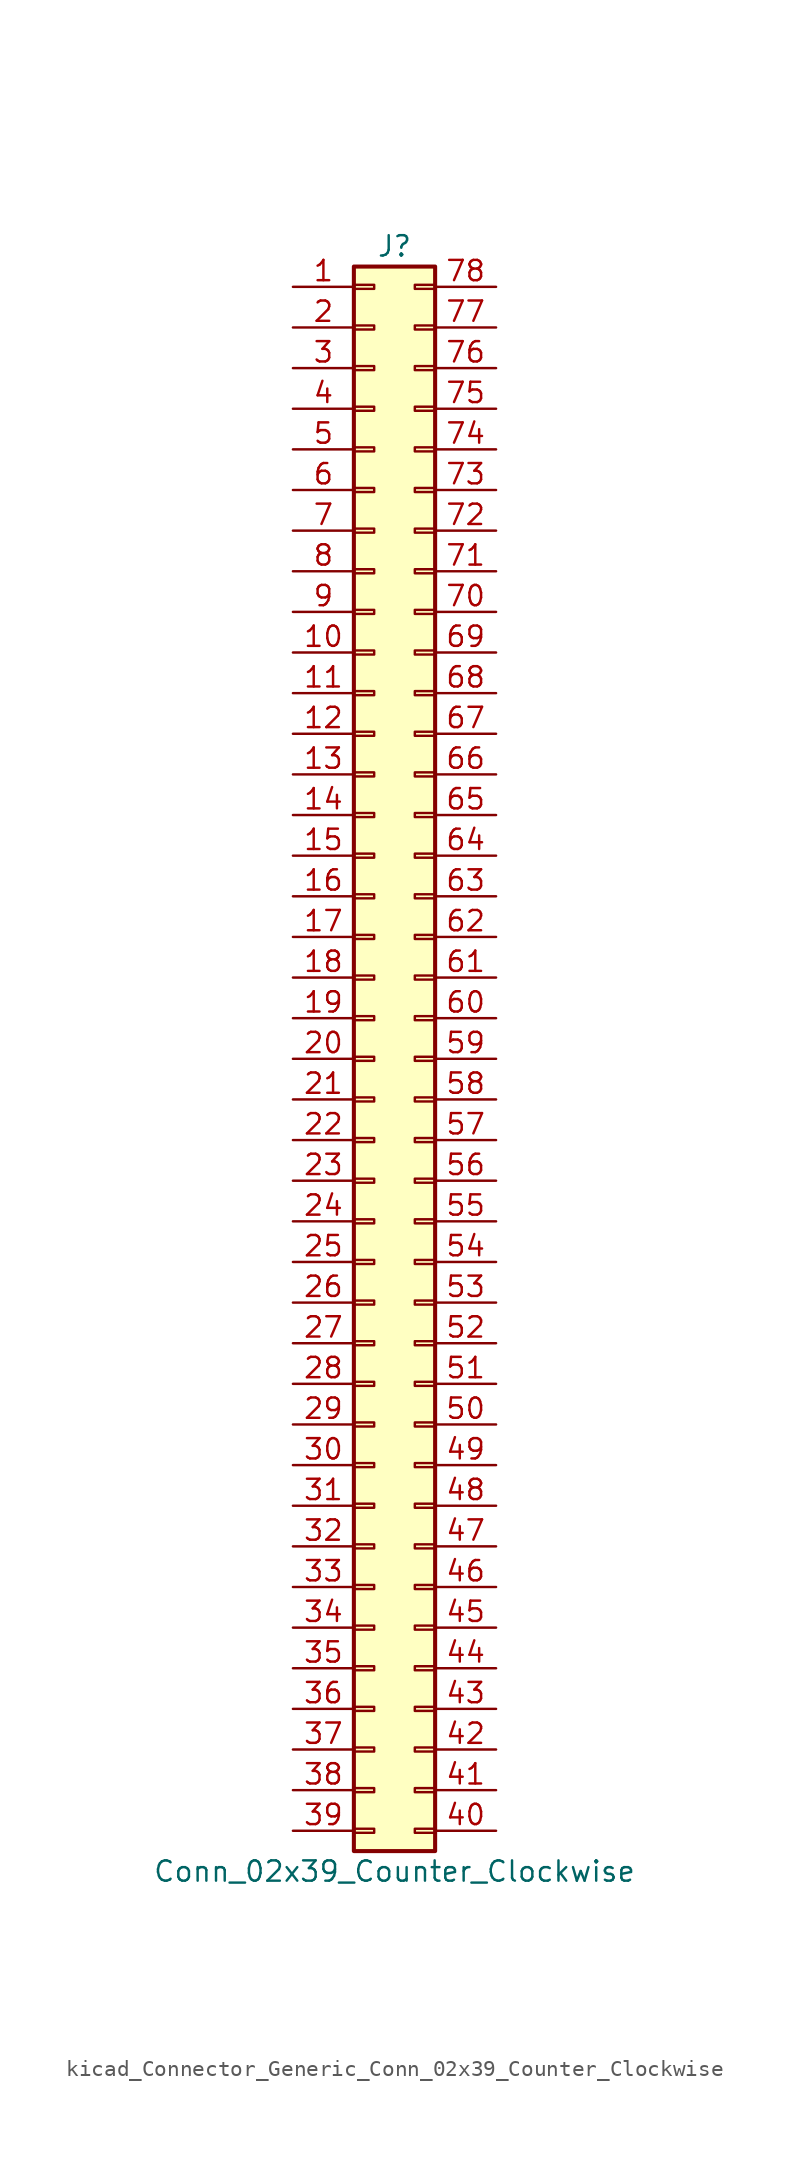
<source format=kicad_sym>
(kicad_symbol_lib
  (version 20220914)
  (generator kicad_symbol_editor)
  (symbol "kicad_Connector_Generic_Conn_02x39_Counter_Clockwise"
    (pin_names
      (offset 1.016) hide)
    (property "Reference" "J"
      (at 1.27 50.8 0)
      (effects (font (size 1.27 1.27))))
    (property "Value" "Conn_02x39_Counter_Clockwise"
      (at 1.27 -50.8 0)
      (effects (font (size 1.27 1.27))))
    (symbol "kicad_Connector_Generic_Conn_02x39_Counter_Clockwise_1_1"
      (rectangle (start -1.27 -48.133) (end 0 -48.387) (stroke (width 0.152) (type default)) (fill (type none)))
      (rectangle (start -1.27 -45.593) (end 0 -45.847) (stroke (width 0.152) (type default)) (fill (type none)))
      (rectangle (start -1.27 -43.053) (end 0 -43.307) (stroke (width 0.152) (type default)) (fill (type none)))
      (rectangle (start -1.27 -40.513) (end 0 -40.767) (stroke (width 0.152) (type default)) (fill (type none)))
      (rectangle (start -1.27 -37.973) (end 0 -38.227) (stroke (width 0.152) (type default)) (fill (type none)))
      (rectangle (start -1.27 -35.433) (end 0 -35.687) (stroke (width 0.152) (type default)) (fill (type none)))
      (rectangle (start -1.27 -32.893) (end 0 -33.147) (stroke (width 0.152) (type default)) (fill (type none)))
      (rectangle (start -1.27 -30.353) (end 0 -30.607) (stroke (width 0.152) (type default)) (fill (type none)))
      (rectangle (start -1.27 -27.813) (end 0 -28.067) (stroke (width 0.152) (type default)) (fill (type none)))
      (rectangle (start -1.27 -25.273) (end 0 -25.527) (stroke (width 0.152) (type default)) (fill (type none)))
      (rectangle (start -1.27 -22.733) (end 0 -22.987) (stroke (width 0.152) (type default)) (fill (type none)))
      (rectangle (start -1.27 -20.193) (end 0 -20.447) (stroke (width 0.152) (type default)) (fill (type none)))
      (rectangle (start -1.27 -17.653) (end 0 -17.907) (stroke (width 0.152) (type default)) (fill (type none)))
      (rectangle (start -1.27 -15.113) (end 0 -15.367) (stroke (width 0.152) (type default)) (fill (type none)))
      (rectangle (start -1.27 -12.573) (end 0 -12.827) (stroke (width 0.152) (type default)) (fill (type none)))
      (rectangle (start -1.27 -10.033) (end 0 -10.287) (stroke (width 0.152) (type default)) (fill (type none)))
      (rectangle (start -1.27 -7.493) (end 0 -7.747) (stroke (width 0.152) (type default)) (fill (type none)))
      (rectangle (start -1.27 -4.953) (end 0 -5.207) (stroke (width 0.152) (type default)) (fill (type none)))
      (rectangle (start -1.27 -2.413) (end 0 -2.667) (stroke (width 0.152) (type default)) (fill (type none)))
      (rectangle (start -1.27 0.127) (end 0 -0.127) (stroke (width 0.152) (type default)) (fill (type none)))
      (rectangle (start -1.27 2.667) (end 0 2.413) (stroke (width 0.152) (type default)) (fill (type none)))
      (rectangle (start -1.27 5.207) (end 0 4.953) (stroke (width 0.152) (type default)) (fill (type none)))
      (rectangle (start -1.27 7.747) (end 0 7.493) (stroke (width 0.152) (type default)) (fill (type none)))
      (rectangle (start -1.27 10.287) (end 0 10.033) (stroke (width 0.152) (type default)) (fill (type none)))
      (rectangle (start -1.27 12.827) (end 0 12.573) (stroke (width 0.152) (type default)) (fill (type none)))
      (rectangle (start -1.27 15.367) (end 0 15.113) (stroke (width 0.152) (type default)) (fill (type none)))
      (rectangle (start -1.27 17.907) (end 0 17.653) (stroke (width 0.152) (type default)) (fill (type none)))
      (rectangle (start -1.27 20.447) (end 0 20.193) (stroke (width 0.152) (type default)) (fill (type none)))
      (rectangle (start -1.27 22.987) (end 0 22.733) (stroke (width 0.152) (type default)) (fill (type none)))
      (rectangle (start -1.27 25.527) (end 0 25.273) (stroke (width 0.152) (type default)) (fill (type none)))
      (rectangle (start -1.27 28.067) (end 0 27.813) (stroke (width 0.152) (type default)) (fill (type none)))
      (rectangle (start -1.27 30.607) (end 0 30.353) (stroke (width 0.152) (type default)) (fill (type none)))
      (rectangle (start -1.27 33.147) (end 0 32.893) (stroke (width 0.152) (type default)) (fill (type none)))
      (rectangle (start -1.27 35.687) (end 0 35.433) (stroke (width 0.152) (type default)) (fill (type none)))
      (rectangle (start -1.27 38.227) (end 0 37.973) (stroke (width 0.152) (type default)) (fill (type none)))
      (rectangle (start -1.27 40.767) (end 0 40.513) (stroke (width 0.152) (type default)) (fill (type none)))
      (rectangle (start -1.27 43.307) (end 0 43.053) (stroke (width 0.152) (type default)) (fill (type none)))
      (rectangle (start -1.27 45.847) (end 0 45.593) (stroke (width 0.152) (type default)) (fill (type none)))
      (rectangle (start -1.27 48.387) (end 0 48.133) (stroke (width 0.152) (type default)) (fill (type none)))
      (rectangle (start -1.27 49.53) (end 3.81 -49.53) (stroke (width 0.254) (type default)) (fill (type background)))
      (rectangle (start 3.81 -48.133) (end 2.54 -48.387) (stroke (width 0.152) (type default)) (fill (type none)))
      (rectangle (start 3.81 -45.593) (end 2.54 -45.847) (stroke (width 0.152) (type default)) (fill (type none)))
      (rectangle (start 3.81 -43.053) (end 2.54 -43.307) (stroke (width 0.152) (type default)) (fill (type none)))
      (rectangle (start 3.81 -40.513) (end 2.54 -40.767) (stroke (width 0.152) (type default)) (fill (type none)))
      (rectangle (start 3.81 -37.973) (end 2.54 -38.227) (stroke (width 0.152) (type default)) (fill (type none)))
      (rectangle (start 3.81 -35.433) (end 2.54 -35.687) (stroke (width 0.152) (type default)) (fill (type none)))
      (rectangle (start 3.81 -32.893) (end 2.54 -33.147) (stroke (width 0.152) (type default)) (fill (type none)))
      (rectangle (start 3.81 -30.353) (end 2.54 -30.607) (stroke (width 0.152) (type default)) (fill (type none)))
      (rectangle (start 3.81 -27.813) (end 2.54 -28.067) (stroke (width 0.152) (type default)) (fill (type none)))
      (rectangle (start 3.81 -25.273) (end 2.54 -25.527) (stroke (width 0.152) (type default)) (fill (type none)))
      (rectangle (start 3.81 -22.733) (end 2.54 -22.987) (stroke (width 0.152) (type default)) (fill (type none)))
      (rectangle (start 3.81 -20.193) (end 2.54 -20.447) (stroke (width 0.152) (type default)) (fill (type none)))
      (rectangle (start 3.81 -17.653) (end 2.54 -17.907) (stroke (width 0.152) (type default)) (fill (type none)))
      (rectangle (start 3.81 -15.113) (end 2.54 -15.367) (stroke (width 0.152) (type default)) (fill (type none)))
      (rectangle (start 3.81 -12.573) (end 2.54 -12.827) (stroke (width 0.152) (type default)) (fill (type none)))
      (rectangle (start 3.81 -10.033) (end 2.54 -10.287) (stroke (width 0.152) (type default)) (fill (type none)))
      (rectangle (start 3.81 -7.493) (end 2.54 -7.747) (stroke (width 0.152) (type default)) (fill (type none)))
      (rectangle (start 3.81 -4.953) (end 2.54 -5.207) (stroke (width 0.152) (type default)) (fill (type none)))
      (rectangle (start 3.81 -2.413) (end 2.54 -2.667) (stroke (width 0.152) (type default)) (fill (type none)))
      (rectangle (start 3.81 0.127) (end 2.54 -0.127) (stroke (width 0.152) (type default)) (fill (type none)))
      (rectangle (start 3.81 2.667) (end 2.54 2.413) (stroke (width 0.152) (type default)) (fill (type none)))
      (rectangle (start 3.81 5.207) (end 2.54 4.953) (stroke (width 0.152) (type default)) (fill (type none)))
      (rectangle (start 3.81 7.747) (end 2.54 7.493) (stroke (width 0.152) (type default)) (fill (type none)))
      (rectangle (start 3.81 10.287) (end 2.54 10.033) (stroke (width 0.152) (type default)) (fill (type none)))
      (rectangle (start 3.81 12.827) (end 2.54 12.573) (stroke (width 0.152) (type default)) (fill (type none)))
      (rectangle (start 3.81 15.367) (end 2.54 15.113) (stroke (width 0.152) (type default)) (fill (type none)))
      (rectangle (start 3.81 17.907) (end 2.54 17.653) (stroke (width 0.152) (type default)) (fill (type none)))
      (rectangle (start 3.81 20.447) (end 2.54 20.193) (stroke (width 0.152) (type default)) (fill (type none)))
      (rectangle (start 3.81 22.987) (end 2.54 22.733) (stroke (width 0.152) (type default)) (fill (type none)))
      (rectangle (start 3.81 25.527) (end 2.54 25.273) (stroke (width 0.152) (type default)) (fill (type none)))
      (rectangle (start 3.81 28.067) (end 2.54 27.813) (stroke (width 0.152) (type default)) (fill (type none)))
      (rectangle (start 3.81 30.607) (end 2.54 30.353) (stroke (width 0.152) (type default)) (fill (type none)))
      (rectangle (start 3.81 33.147) (end 2.54 32.893) (stroke (width 0.152) (type default)) (fill (type none)))
      (rectangle (start 3.81 35.687) (end 2.54 35.433) (stroke (width 0.152) (type default)) (fill (type none)))
      (rectangle (start 3.81 38.227) (end 2.54 37.973) (stroke (width 0.152) (type default)) (fill (type none)))
      (rectangle (start 3.81 40.767) (end 2.54 40.513) (stroke (width 0.152) (type default)) (fill (type none)))
      (rectangle (start 3.81 43.307) (end 2.54 43.053) (stroke (width 0.152) (type default)) (fill (type none)))
      (rectangle (start 3.81 45.847) (end 2.54 45.593) (stroke (width 0.152) (type default)) (fill (type none)))
      (rectangle (start 3.81 48.387) (end 2.54 48.133) (stroke (width 0.152) (type default)) (fill (type none)))
      (pin passive line (at -5.08 48.26 0) (length 3.81) (name "Pin_1" (effects (font (size 1.27 1.27)))) (number "1" (effects (font (size 1.27 1.27)))))
      (pin passive line (at -5.08 25.4 0) (length 3.81) (name "Pin_10" (effects (font (size 1.27 1.27)))) (number "10" (effects (font (size 1.27 1.27)))))
      (pin passive line (at -5.08 22.86 0) (length 3.81) (name "Pin_11" (effects (font (size 1.27 1.27)))) (number "11" (effects (font (size 1.27 1.27)))))
      (pin passive line (at -5.08 20.32 0) (length 3.81) (name "Pin_12" (effects (font (size 1.27 1.27)))) (number "12" (effects (font (size 1.27 1.27)))))
      (pin passive line (at -5.08 17.78 0) (length 3.81) (name "Pin_13" (effects (font (size 1.27 1.27)))) (number "13" (effects (font (size 1.27 1.27)))))
      (pin passive line (at -5.08 15.24 0) (length 3.81) (name "Pin_14" (effects (font (size 1.27 1.27)))) (number "14" (effects (font (size 1.27 1.27)))))
      (pin passive line (at -5.08 12.7 0) (length 3.81) (name "Pin_15" (effects (font (size 1.27 1.27)))) (number "15" (effects (font (size 1.27 1.27)))))
      (pin passive line (at -5.08 10.16 0) (length 3.81) (name "Pin_16" (effects (font (size 1.27 1.27)))) (number "16" (effects (font (size 1.27 1.27)))))
      (pin passive line (at -5.08 7.62 0) (length 3.81) (name "Pin_17" (effects (font (size 1.27 1.27)))) (number "17" (effects (font (size 1.27 1.27)))))
      (pin passive line (at -5.08 5.08 0) (length 3.81) (name "Pin_18" (effects (font (size 1.27 1.27)))) (number "18" (effects (font (size 1.27 1.27)))))
      (pin passive line (at -5.08 2.54 0) (length 3.81) (name "Pin_19" (effects (font (size 1.27 1.27)))) (number "19" (effects (font (size 1.27 1.27)))))
      (pin passive line (at -5.08 45.72 0) (length 3.81) (name "Pin_2" (effects (font (size 1.27 1.27)))) (number "2" (effects (font (size 1.27 1.27)))))
      (pin passive line (at -5.08 0 0) (length 3.81) (name "Pin_20" (effects (font (size 1.27 1.27)))) (number "20" (effects (font (size 1.27 1.27)))))
      (pin passive line (at -5.08 -2.54 0) (length 3.81) (name "Pin_21" (effects (font (size 1.27 1.27)))) (number "21" (effects (font (size 1.27 1.27)))))
      (pin passive line (at -5.08 -5.08 0) (length 3.81) (name "Pin_22" (effects (font (size 1.27 1.27)))) (number "22" (effects (font (size 1.27 1.27)))))
      (pin passive line (at -5.08 -7.62 0) (length 3.81) (name "Pin_23" (effects (font (size 1.27 1.27)))) (number "23" (effects (font (size 1.27 1.27)))))
      (pin passive line (at -5.08 -10.16 0) (length 3.81) (name "Pin_24" (effects (font (size 1.27 1.27)))) (number "24" (effects (font (size 1.27 1.27)))))
      (pin passive line (at -5.08 -12.7 0) (length 3.81) (name "Pin_25" (effects (font (size 1.27 1.27)))) (number "25" (effects (font (size 1.27 1.27)))))
      (pin passive line (at -5.08 -15.24 0) (length 3.81) (name "Pin_26" (effects (font (size 1.27 1.27)))) (number "26" (effects (font (size 1.27 1.27)))))
      (pin passive line (at -5.08 -17.78 0) (length 3.81) (name "Pin_27" (effects (font (size 1.27 1.27)))) (number "27" (effects (font (size 1.27 1.27)))))
      (pin passive line (at -5.08 -20.32 0) (length 3.81) (name "Pin_28" (effects (font (size 1.27 1.27)))) (number "28" (effects (font (size 1.27 1.27)))))
      (pin passive line (at -5.08 -22.86 0) (length 3.81) (name "Pin_29" (effects (font (size 1.27 1.27)))) (number "29" (effects (font (size 1.27 1.27)))))
      (pin passive line (at -5.08 43.18 0) (length 3.81) (name "Pin_3" (effects (font (size 1.27 1.27)))) (number "3" (effects (font (size 1.27 1.27)))))
      (pin passive line (at -5.08 -25.4 0) (length 3.81) (name "Pin_30" (effects (font (size 1.27 1.27)))) (number "30" (effects (font (size 1.27 1.27)))))
      (pin passive line (at -5.08 -27.94 0) (length 3.81) (name "Pin_31" (effects (font (size 1.27 1.27)))) (number "31" (effects (font (size 1.27 1.27)))))
      (pin passive line (at -5.08 -30.48 0) (length 3.81) (name "Pin_32" (effects (font (size 1.27 1.27)))) (number "32" (effects (font (size 1.27 1.27)))))
      (pin passive line (at -5.08 -33.02 0) (length 3.81) (name "Pin_33" (effects (font (size 1.27 1.27)))) (number "33" (effects (font (size 1.27 1.27)))))
      (pin passive line (at -5.08 -35.56 0) (length 3.81) (name "Pin_34" (effects (font (size 1.27 1.27)))) (number "34" (effects (font (size 1.27 1.27)))))
      (pin passive line (at -5.08 -38.1 0) (length 3.81) (name "Pin_35" (effects (font (size 1.27 1.27)))) (number "35" (effects (font (size 1.27 1.27)))))
      (pin passive line (at -5.08 -40.64 0) (length 3.81) (name "Pin_36" (effects (font (size 1.27 1.27)))) (number "36" (effects (font (size 1.27 1.27)))))
      (pin passive line (at -5.08 -43.18 0) (length 3.81) (name "Pin_37" (effects (font (size 1.27 1.27)))) (number "37" (effects (font (size 1.27 1.27)))))
      (pin passive line (at -5.08 -45.72 0) (length 3.81) (name "Pin_38" (effects (font (size 1.27 1.27)))) (number "38" (effects (font (size 1.27 1.27)))))
      (pin passive line (at -5.08 -48.26 0) (length 3.81) (name "Pin_39" (effects (font (size 1.27 1.27)))) (number "39" (effects (font (size 1.27 1.27)))))
      (pin passive line (at -5.08 40.64 0) (length 3.81) (name "Pin_4" (effects (font (size 1.27 1.27)))) (number "4" (effects (font (size 1.27 1.27)))))
      (pin passive line (at 7.62 -48.26 180) (length 3.81) (name "Pin_40" (effects (font (size 1.27 1.27)))) (number "40" (effects (font (size 1.27 1.27)))))
      (pin passive line (at 7.62 -45.72 180) (length 3.81) (name "Pin_41" (effects (font (size 1.27 1.27)))) (number "41" (effects (font (size 1.27 1.27)))))
      (pin passive line (at 7.62 -43.18 180) (length 3.81) (name "Pin_42" (effects (font (size 1.27 1.27)))) (number "42" (effects (font (size 1.27 1.27)))))
      (pin passive line (at 7.62 -40.64 180) (length 3.81) (name "Pin_43" (effects (font (size 1.27 1.27)))) (number "43" (effects (font (size 1.27 1.27)))))
      (pin passive line (at 7.62 -38.1 180) (length 3.81) (name "Pin_44" (effects (font (size 1.27 1.27)))) (number "44" (effects (font (size 1.27 1.27)))))
      (pin passive line (at 7.62 -35.56 180) (length 3.81) (name "Pin_45" (effects (font (size 1.27 1.27)))) (number "45" (effects (font (size 1.27 1.27)))))
      (pin passive line (at 7.62 -33.02 180) (length 3.81) (name "Pin_46" (effects (font (size 1.27 1.27)))) (number "46" (effects (font (size 1.27 1.27)))))
      (pin passive line (at 7.62 -30.48 180) (length 3.81) (name "Pin_47" (effects (font (size 1.27 1.27)))) (number "47" (effects (font (size 1.27 1.27)))))
      (pin passive line (at 7.62 -27.94 180) (length 3.81) (name "Pin_48" (effects (font (size 1.27 1.27)))) (number "48" (effects (font (size 1.27 1.27)))))
      (pin passive line (at 7.62 -25.4 180) (length 3.81) (name "Pin_49" (effects (font (size 1.27 1.27)))) (number "49" (effects (font (size 1.27 1.27)))))
      (pin passive line (at -5.08 38.1 0) (length 3.81) (name "Pin_5" (effects (font (size 1.27 1.27)))) (number "5" (effects (font (size 1.27 1.27)))))
      (pin passive line (at 7.62 -22.86 180) (length 3.81) (name "Pin_50" (effects (font (size 1.27 1.27)))) (number "50" (effects (font (size 1.27 1.27)))))
      (pin passive line (at 7.62 -20.32 180) (length 3.81) (name "Pin_51" (effects (font (size 1.27 1.27)))) (number "51" (effects (font (size 1.27 1.27)))))
      (pin passive line (at 7.62 -17.78 180) (length 3.81) (name "Pin_52" (effects (font (size 1.27 1.27)))) (number "52" (effects (font (size 1.27 1.27)))))
      (pin passive line (at 7.62 -15.24 180) (length 3.81) (name "Pin_53" (effects (font (size 1.27 1.27)))) (number "53" (effects (font (size 1.27 1.27)))))
      (pin passive line (at 7.62 -12.7 180) (length 3.81) (name "Pin_54" (effects (font (size 1.27 1.27)))) (number "54" (effects (font (size 1.27 1.27)))))
      (pin passive line (at 7.62 -10.16 180) (length 3.81) (name "Pin_55" (effects (font (size 1.27 1.27)))) (number "55" (effects (font (size 1.27 1.27)))))
      (pin passive line (at 7.62 -7.62 180) (length 3.81) (name "Pin_56" (effects (font (size 1.27 1.27)))) (number "56" (effects (font (size 1.27 1.27)))))
      (pin passive line (at 7.62 -5.08 180) (length 3.81) (name "Pin_57" (effects (font (size 1.27 1.27)))) (number "57" (effects (font (size 1.27 1.27)))))
      (pin passive line (at 7.62 -2.54 180) (length 3.81) (name "Pin_58" (effects (font (size 1.27 1.27)))) (number "58" (effects (font (size 1.27 1.27)))))
      (pin passive line (at 7.62 0 180) (length 3.81) (name "Pin_59" (effects (font (size 1.27 1.27)))) (number "59" (effects (font (size 1.27 1.27)))))
      (pin passive line (at -5.08 35.56 0) (length 3.81) (name "Pin_6" (effects (font (size 1.27 1.27)))) (number "6" (effects (font (size 1.27 1.27)))))
      (pin passive line (at 7.62 2.54 180) (length 3.81) (name "Pin_60" (effects (font (size 1.27 1.27)))) (number "60" (effects (font (size 1.27 1.27)))))
      (pin passive line (at 7.62 5.08 180) (length 3.81) (name "Pin_61" (effects (font (size 1.27 1.27)))) (number "61" (effects (font (size 1.27 1.27)))))
      (pin passive line (at 7.62 7.62 180) (length 3.81) (name "Pin_62" (effects (font (size 1.27 1.27)))) (number "62" (effects (font (size 1.27 1.27)))))
      (pin passive line (at 7.62 10.16 180) (length 3.81) (name "Pin_63" (effects (font (size 1.27 1.27)))) (number "63" (effects (font (size 1.27 1.27)))))
      (pin passive line (at 7.62 12.7 180) (length 3.81) (name "Pin_64" (effects (font (size 1.27 1.27)))) (number "64" (effects (font (size 1.27 1.27)))))
      (pin passive line (at 7.62 15.24 180) (length 3.81) (name "Pin_65" (effects (font (size 1.27 1.27)))) (number "65" (effects (font (size 1.27 1.27)))))
      (pin passive line (at 7.62 17.78 180) (length 3.81) (name "Pin_66" (effects (font (size 1.27 1.27)))) (number "66" (effects (font (size 1.27 1.27)))))
      (pin passive line (at 7.62 20.32 180) (length 3.81) (name "Pin_67" (effects (font (size 1.27 1.27)))) (number "67" (effects (font (size 1.27 1.27)))))
      (pin passive line (at 7.62 22.86 180) (length 3.81) (name "Pin_68" (effects (font (size 1.27 1.27)))) (number "68" (effects (font (size 1.27 1.27)))))
      (pin passive line (at 7.62 25.4 180) (length 3.81) (name "Pin_69" (effects (font (size 1.27 1.27)))) (number "69" (effects (font (size 1.27 1.27)))))
      (pin passive line (at -5.08 33.02 0) (length 3.81) (name "Pin_7" (effects (font (size 1.27 1.27)))) (number "7" (effects (font (size 1.27 1.27)))))
      (pin passive line (at 7.62 27.94 180) (length 3.81) (name "Pin_70" (effects (font (size 1.27 1.27)))) (number "70" (effects (font (size 1.27 1.27)))))
      (pin passive line (at 7.62 30.48 180) (length 3.81) (name "Pin_71" (effects (font (size 1.27 1.27)))) (number "71" (effects (font (size 1.27 1.27)))))
      (pin passive line (at 7.62 33.02 180) (length 3.81) (name "Pin_72" (effects (font (size 1.27 1.27)))) (number "72" (effects (font (size 1.27 1.27)))))
      (pin passive line (at 7.62 35.56 180) (length 3.81) (name "Pin_73" (effects (font (size 1.27 1.27)))) (number "73" (effects (font (size 1.27 1.27)))))
      (pin passive line (at 7.62 38.1 180) (length 3.81) (name "Pin_74" (effects (font (size 1.27 1.27)))) (number "74" (effects (font (size 1.27 1.27)))))
      (pin passive line (at 7.62 40.64 180) (length 3.81) (name "Pin_75" (effects (font (size 1.27 1.27)))) (number "75" (effects (font (size 1.27 1.27)))))
      (pin passive line (at 7.62 43.18 180) (length 3.81) (name "Pin_76" (effects (font (size 1.27 1.27)))) (number "76" (effects (font (size 1.27 1.27)))))
      (pin passive line (at 7.62 45.72 180) (length 3.81) (name "Pin_77" (effects (font (size 1.27 1.27)))) (number "77" (effects (font (size 1.27 1.27)))))
      (pin passive line (at 7.62 48.26 180) (length 3.81) (name "Pin_78" (effects (font (size 1.27 1.27)))) (number "78" (effects (font (size 1.27 1.27)))))
      (pin passive line (at -5.08 30.48 0) (length 3.81) (name "Pin_8" (effects (font (size 1.27 1.27)))) (number "8" (effects (font (size 1.27 1.27)))))
      (pin passive line (at -5.08 27.94 0) (length 3.81) (name "Pin_9" (effects (font (size 1.27 1.27)))) (number "9" (effects (font (size 1.27 1.27))))))))
</source>
